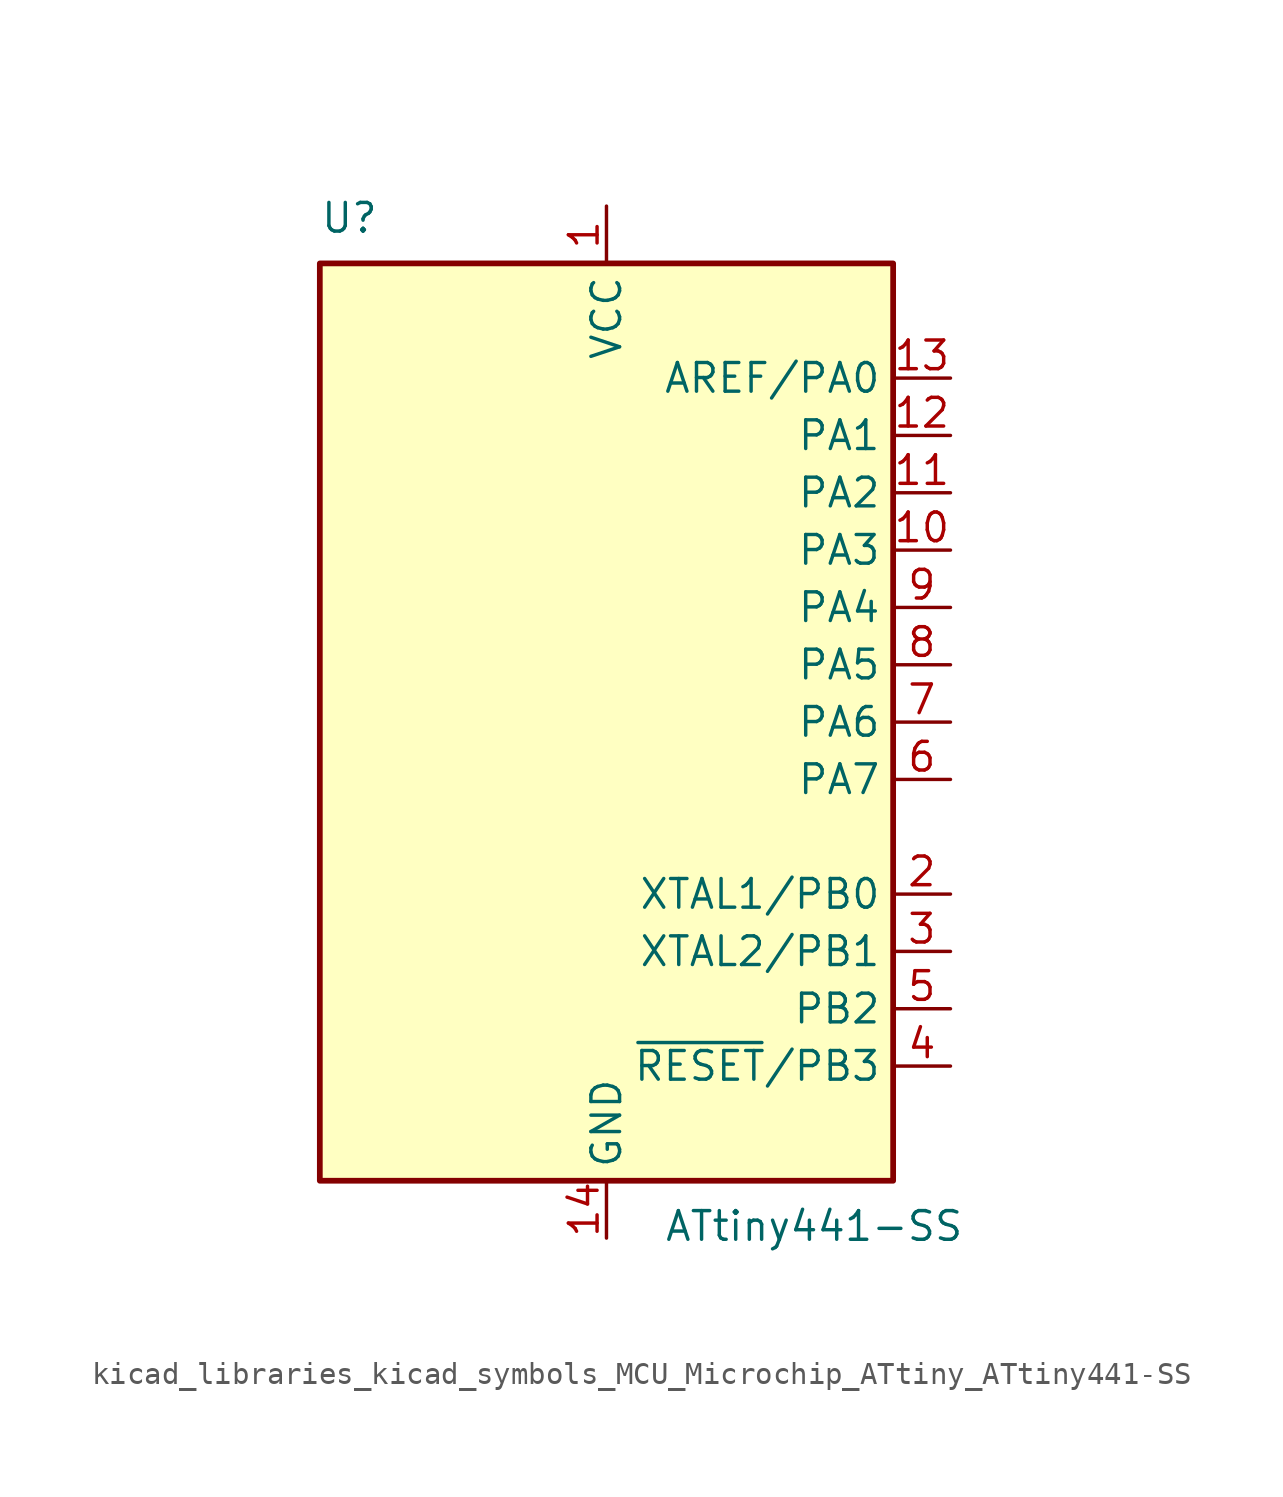
<source format=kicad_sym>
(kicad_symbol_lib
  (version 20220914)
  (generator kicad_symbol_editor)
  (symbol "kicad_libraries_kicad_symbols_MCU_Microchip_ATtiny_ATtiny441-SS"
    (property "Reference" "U"
      (at -12.7 21.59 0)
      (effects (font (size 1.27 1.27)) (justify left bottom)))
    (property "Value" "ATtiny441-SS"
      (at 2.54 -21.59 0)
      (effects (font (size 1.27 1.27)) (justify left top)))
    (symbol "kicad_libraries_kicad_symbols_MCU_Microchip_ATtiny_ATtiny441-SS_0_1"
      (rectangle (start -12.7 -20.32) (end 12.7 20.32) (stroke (width 0.254) (type default)) (fill (type background))))
    (symbol "kicad_libraries_kicad_symbols_MCU_Microchip_ATtiny_ATtiny441-SS_1_1"
      (pin power_in line (at 0 22.86 270) (length 2.54) (name "VCC" (effects (font (size 1.27 1.27)))) (number "1" (effects (font (size 1.27 1.27)))))
      (pin bidirectional line (at 15.24 7.62 180) (length 2.54) (name "PA3" (effects (font (size 1.27 1.27)))) (number "10" (effects (font (size 1.27 1.27)))))
      (pin bidirectional line (at 15.24 10.16 180) (length 2.54) (name "PA2" (effects (font (size 1.27 1.27)))) (number "11" (effects (font (size 1.27 1.27)))))
      (pin bidirectional line (at 15.24 12.7 180) (length 2.54) (name "PA1" (effects (font (size 1.27 1.27)))) (number "12" (effects (font (size 1.27 1.27)))))
      (pin bidirectional line (at 15.24 15.24 180) (length 2.54) (name "AREF/PA0" (effects (font (size 1.27 1.27)))) (number "13" (effects (font (size 1.27 1.27)))))
      (pin power_in line (at 0 -22.86 90) (length 2.54) (name "GND" (effects (font (size 1.27 1.27)))) (number "14" (effects (font (size 1.27 1.27)))))
      (pin bidirectional line (at 15.24 -7.62 180) (length 2.54) (name "XTAL1/PB0" (effects (font (size 1.27 1.27)))) (number "2" (effects (font (size 1.27 1.27)))))
      (pin bidirectional line (at 15.24 -10.16 180) (length 2.54) (name "XTAL2/PB1" (effects (font (size 1.27 1.27)))) (number "3" (effects (font (size 1.27 1.27)))))
      (pin bidirectional line (at 15.24 -15.24 180) (length 2.54) (name "~{RESET}/PB3" (effects (font (size 1.27 1.27)))) (number "4" (effects (font (size 1.27 1.27)))))
      (pin bidirectional line (at 15.24 -12.7 180) (length 2.54) (name "PB2" (effects (font (size 1.27 1.27)))) (number "5" (effects (font (size 1.27 1.27)))))
      (pin bidirectional line (at 15.24 -2.54 180) (length 2.54) (name "PA7" (effects (font (size 1.27 1.27)))) (number "6" (effects (font (size 1.27 1.27)))))
      (pin bidirectional line (at 15.24 0 180) (length 2.54) (name "PA6" (effects (font (size 1.27 1.27)))) (number "7" (effects (font (size 1.27 1.27)))))
      (pin bidirectional line (at 15.24 2.54 180) (length 2.54) (name "PA5" (effects (font (size 1.27 1.27)))) (number "8" (effects (font (size 1.27 1.27)))))
      (pin bidirectional line (at 15.24 5.08 180) (length 2.54) (name "PA4" (effects (font (size 1.27 1.27)))) (number "9" (effects (font (size 1.27 1.27))))))))
</source>
